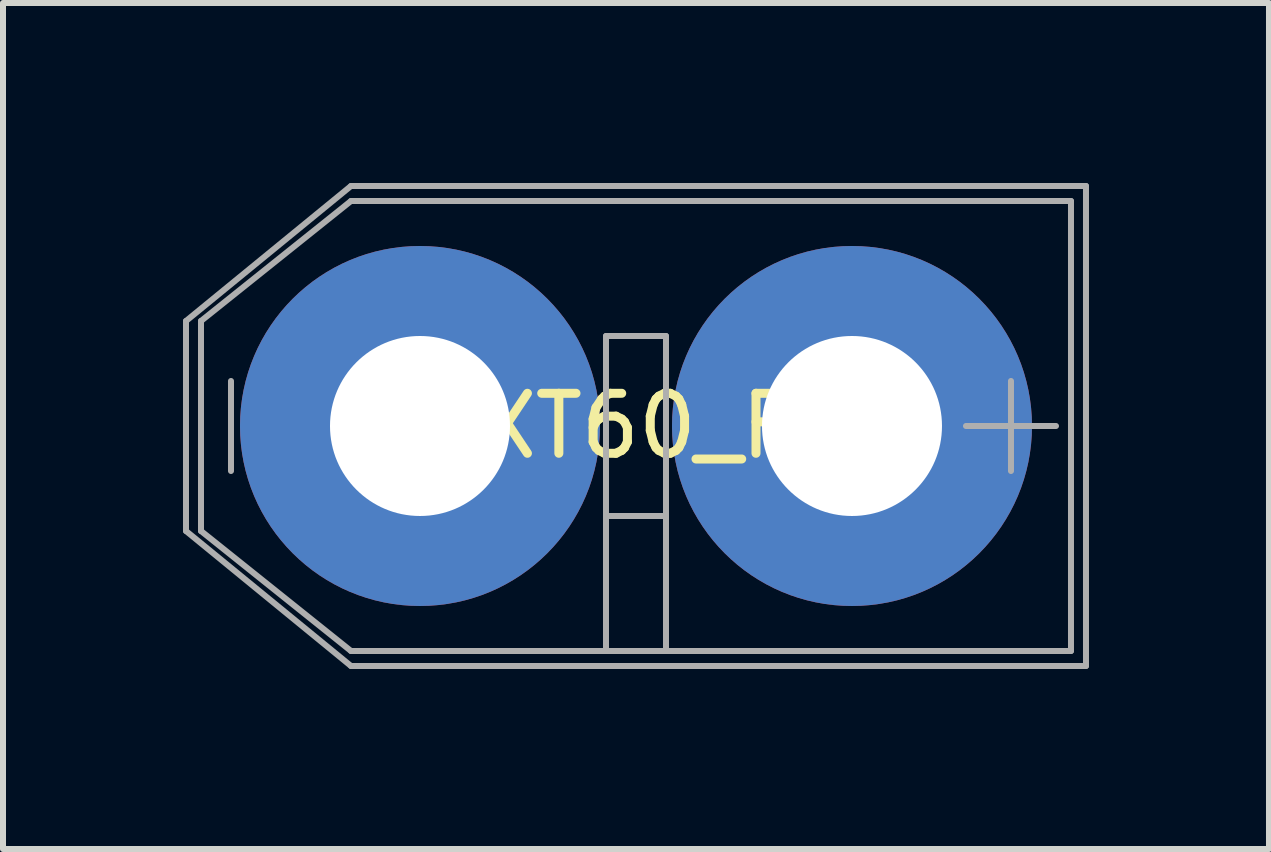
<source format=kicad_pcb>
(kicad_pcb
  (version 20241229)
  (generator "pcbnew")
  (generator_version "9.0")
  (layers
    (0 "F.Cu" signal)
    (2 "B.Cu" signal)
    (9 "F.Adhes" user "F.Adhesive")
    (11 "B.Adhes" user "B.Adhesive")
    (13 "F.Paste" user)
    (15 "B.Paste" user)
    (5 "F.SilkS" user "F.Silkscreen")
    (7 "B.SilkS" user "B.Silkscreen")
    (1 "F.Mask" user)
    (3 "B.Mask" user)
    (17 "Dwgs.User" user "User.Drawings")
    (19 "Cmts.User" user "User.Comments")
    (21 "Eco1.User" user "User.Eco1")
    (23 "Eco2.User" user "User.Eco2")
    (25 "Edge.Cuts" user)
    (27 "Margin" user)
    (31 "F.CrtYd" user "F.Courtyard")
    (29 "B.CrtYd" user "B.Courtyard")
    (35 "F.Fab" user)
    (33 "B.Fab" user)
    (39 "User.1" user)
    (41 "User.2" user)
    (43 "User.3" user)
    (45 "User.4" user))
  (footprint "XT60_F"
    (layer "F.Cu")
    (at 7.55 4.05)
    (property "Reference" "XT60_F" (at 0 0 0) (layer "F.SilkS") (effects (font (size 1 1) (thickness 0.15))))
    (attr through_hole)
    (fp_line (start -7.5 1.75) (end -7.5 -1.75) (stroke (width 0.1) (type solid)) (layer "F.Fab"))
    (fp_line (start -7.25 -1.75) (end -7.25 1.75) (stroke (width 0.1) (type solid)) (layer "F.Fab"))
    (fp_line (start -7.25 1.75) (end -4.75 3.75) (stroke (width 0.1) (type solid)) (layer "F.Fab"))
    (fp_line (start -6.75 0.75) (end -6.75 -0.75) (stroke (width 0.1) (type solid)) (layer "F.Fab"))
    (fp_line (start -4.75 -4) (end -7.5 -1.75) (stroke (width 0.1) (type solid)) (layer "F.Fab"))
    (fp_line (start -4.75 -3.75) (end -7.25 -1.75) (stroke (width 0.1) (type solid)) (layer "F.Fab"))
    (fp_line (start -4.75 3.75) (end 7.25 3.75) (stroke (width 0.1) (type solid)) (layer "F.Fab"))
    (fp_line (start -4.75 4) (end -7.5 1.75) (stroke (width 0.1) (type solid)) (layer "F.Fab"))
    (fp_line (start -4.75 4) (end 7.5 4) (stroke (width 0.1) (type solid)) (layer "F.Fab"))
    (fp_line (start -0.5 -1.5) (end 0.5 -1.5) (stroke (width 0.1) (type solid)) (layer "F.Fab"))
    (fp_line (start -0.5 1.5) (end -0.5 -1.5) (stroke (width 0.1) (type solid)) (layer "F.Fab"))
    (fp_line (start -0.5 3.75) (end -0.5 1.5) (stroke (width 0.1) (type solid)) (layer "F.Fab"))
    (fp_line (start 0.5 -1.5) (end 0.5 1.5) (stroke (width 0.1) (type solid)) (layer "F.Fab"))
    (fp_line (start 0.5 1.5) (end -0.5 1.5) (stroke (width 0.1) (type solid)) (layer "F.Fab"))
    (fp_line (start 0.5 3.75) (end 0.5 1.5) (stroke (width 0.1) (type solid)) (layer "F.Fab"))
    (fp_line (start 5.5 0) (end 7 0) (stroke (width 0.1) (type solid)) (layer "F.Fab"))
    (fp_line (start 6.25 0.75) (end 6.25 -0.75) (stroke (width 0.1) (type solid)) (layer "F.Fab"))
    (fp_line (start 7.25 -3.75) (end -4.75 -3.75) (stroke (width 0.1) (type solid)) (layer "F.Fab"))
    (fp_line (start 7.25 3.75) (end 7.25 -3.75) (stroke (width 0.1) (type solid)) (layer "F.Fab"))
    (fp_line (start 7.5 -4) (end -4.75 -4) (stroke (width 0.1) (type solid)) (layer "F.Fab"))
    (fp_line (start 7.5 4) (end 7.5 -4) (stroke (width 0.1) (type solid)) (layer "F.Fab"))
    (pad "1" thru_hole circle (at -3.6 0) (size 6 6) (drill 3) (layers "*.Cu" "*.Mask"))
    (pad "2" thru_hole circle (at 3.6 0) (size 6 6) (drill 3) (layers "*.Cu" "*.Mask")))
  (gr_rect
    (start -3 -3)
    (end 18.1 11.1)
    (stroke (width 0.1) (type default))
    (fill no)
    (layer "Edge.Cuts")))
</source>
